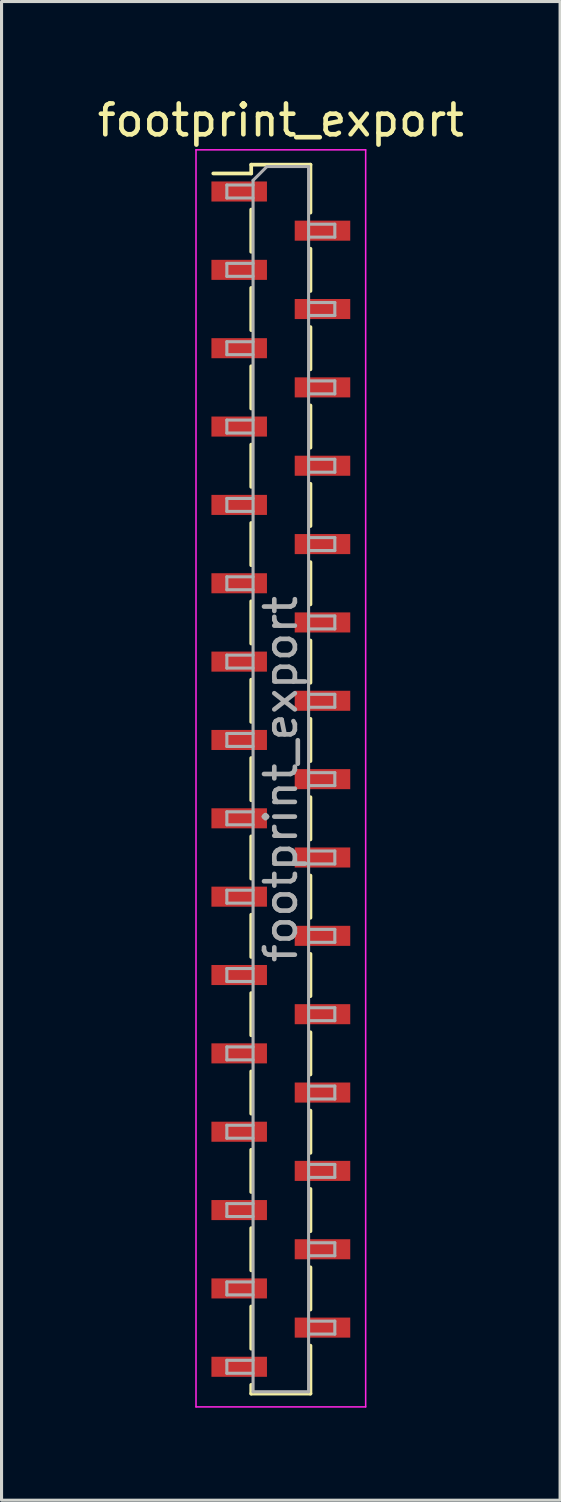
<source format=kicad_pcb>
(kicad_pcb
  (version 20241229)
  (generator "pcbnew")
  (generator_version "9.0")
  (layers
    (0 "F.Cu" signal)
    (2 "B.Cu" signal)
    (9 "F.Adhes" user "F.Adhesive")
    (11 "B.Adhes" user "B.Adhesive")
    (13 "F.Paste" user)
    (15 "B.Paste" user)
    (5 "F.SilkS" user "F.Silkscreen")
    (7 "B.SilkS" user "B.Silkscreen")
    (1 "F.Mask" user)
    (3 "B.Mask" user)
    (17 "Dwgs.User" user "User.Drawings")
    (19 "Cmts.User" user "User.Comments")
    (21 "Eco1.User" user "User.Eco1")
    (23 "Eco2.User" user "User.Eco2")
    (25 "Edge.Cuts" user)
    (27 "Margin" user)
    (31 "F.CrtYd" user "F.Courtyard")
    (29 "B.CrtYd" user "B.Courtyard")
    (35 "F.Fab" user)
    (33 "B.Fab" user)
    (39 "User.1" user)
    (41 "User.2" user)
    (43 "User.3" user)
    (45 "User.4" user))
  (footprint "footprint_export"
    (layer "F.Cu")
    (at 6.054 22.208)
    (property "Reference" "footprint_export" (at 0 -21.36 0) (layer "F.SilkS") (effects (font (size 1 1) (thickness 0.15))))
    (attr smd)
    (fp_line (start -2.19 -19.635) (end -0.96 -19.635) (stroke (width 0.12) (type solid)) (layer "F.SilkS"))
    (fp_line (start -0.96 -19.92) (end -0.96 -19.635) (stroke (width 0.12) (type solid)) (layer "F.SilkS"))
    (fp_line (start -0.96 -19.92) (end 0.96 -19.92) (stroke (width 0.12) (type solid)) (layer "F.SilkS"))
    (fp_line (start -0.96 -18.465) (end -0.96 -17.095) (stroke (width 0.12) (type solid)) (layer "F.SilkS"))
    (fp_line (start -0.96 -15.925) (end -0.96 -14.555) (stroke (width 0.12) (type solid)) (layer "F.SilkS"))
    (fp_line (start -0.96 -13.385) (end -0.96 -12.015) (stroke (width 0.12) (type solid)) (layer "F.SilkS"))
    (fp_line (start -0.96 -10.845) (end -0.96 -9.475) (stroke (width 0.12) (type solid)) (layer "F.SilkS"))
    (fp_line (start -0.96 -8.305) (end -0.96 -6.935) (stroke (width 0.12) (type solid)) (layer "F.SilkS"))
    (fp_line (start -0.96 -5.765) (end -0.96 -4.395) (stroke (width 0.12) (type solid)) (layer "F.SilkS"))
    (fp_line (start -0.96 -3.225) (end -0.96 -1.855) (stroke (width 0.12) (type solid)) (layer "F.SilkS"))
    (fp_line (start -0.96 -0.685) (end -0.96 0.685) (stroke (width 0.12) (type solid)) (layer "F.SilkS"))
    (fp_line (start -0.96 1.855) (end -0.96 3.225) (stroke (width 0.12) (type solid)) (layer "F.SilkS"))
    (fp_line (start -0.96 4.395) (end -0.96 5.765) (stroke (width 0.12) (type solid)) (layer "F.SilkS"))
    (fp_line (start -0.96 6.935) (end -0.96 8.305) (stroke (width 0.12) (type solid)) (layer "F.SilkS"))
    (fp_line (start -0.96 9.475) (end -0.96 10.845) (stroke (width 0.12) (type solid)) (layer "F.SilkS"))
    (fp_line (start -0.96 12.015) (end -0.96 13.385) (stroke (width 0.12) (type solid)) (layer "F.SilkS"))
    (fp_line (start -0.96 14.555) (end -0.96 15.925) (stroke (width 0.12) (type solid)) (layer "F.SilkS"))
    (fp_line (start -0.96 17.095) (end -0.96 18.465) (stroke (width 0.12) (type solid)) (layer "F.SilkS"))
    (fp_line (start -0.96 19.635) (end -0.96 19.92) (stroke (width 0.12) (type solid)) (layer "F.SilkS"))
    (fp_line (start -0.96 19.92) (end 0.96 19.92) (stroke (width 0.12) (type solid)) (layer "F.SilkS"))
    (fp_line (start 0.96 -19.92) (end 0.96 -18.365) (stroke (width 0.12) (type solid)) (layer "F.SilkS"))
    (fp_line (start 0.96 -17.195) (end 0.96 -15.825) (stroke (width 0.12) (type solid)) (layer "F.SilkS"))
    (fp_line (start 0.96 -14.655) (end 0.96 -13.285) (stroke (width 0.12) (type solid)) (layer "F.SilkS"))
    (fp_line (start 0.96 -12.115) (end 0.96 -10.745) (stroke (width 0.12) (type solid)) (layer "F.SilkS"))
    (fp_line (start 0.96 -9.575) (end 0.96 -8.205) (stroke (width 0.12) (type solid)) (layer "F.SilkS"))
    (fp_line (start 0.96 -7.035) (end 0.96 -5.665) (stroke (width 0.12) (type solid)) (layer "F.SilkS"))
    (fp_line (start 0.96 -4.495) (end 0.96 -3.125) (stroke (width 0.12) (type solid)) (layer "F.SilkS"))
    (fp_line (start 0.96 -1.955) (end 0.96 -0.585) (stroke (width 0.12) (type solid)) (layer "F.SilkS"))
    (fp_line (start 0.96 0.585) (end 0.96 1.955) (stroke (width 0.12) (type solid)) (layer "F.SilkS"))
    (fp_line (start 0.96 3.125) (end 0.96 4.495) (stroke (width 0.12) (type solid)) (layer "F.SilkS"))
    (fp_line (start 0.96 5.665) (end 0.96 7.035) (stroke (width 0.12) (type solid)) (layer "F.SilkS"))
    (fp_line (start 0.96 8.205) (end 0.96 9.575) (stroke (width 0.12) (type solid)) (layer "F.SilkS"))
    (fp_line (start 0.96 10.745) (end 0.96 12.115) (stroke (width 0.12) (type solid)) (layer "F.SilkS"))
    (fp_line (start 0.96 13.285) (end 0.96 14.655) (stroke (width 0.12) (type solid)) (layer "F.SilkS"))
    (fp_line (start 0.96 15.825) (end 0.96 17.195) (stroke (width 0.12) (type solid)) (layer "F.SilkS"))
    (fp_line (start 0.96 18.365) (end 0.96 19.92) (stroke (width 0.12) (type solid)) (layer "F.SilkS"))
    (fp_line (start -2.75 -20.4) (end 2.75 -20.4) (stroke (width 0.05) (type solid)) (layer "F.CrtYd"))
    (fp_line (start -2.75 20.35) (end -2.75 -20.4) (stroke (width 0.05) (type solid)) (layer "F.CrtYd"))
    (fp_line (start 2.75 -20.4) (end 2.75 20.35) (stroke (width 0.05) (type solid)) (layer "F.CrtYd"))
    (fp_line (start 2.75 20.35) (end -2.75 20.35) (stroke (width 0.05) (type solid)) (layer "F.CrtYd"))
    (fp_line (start -1.75 -19.26) (end -0.9 -19.26) (stroke (width 0.1) (type solid)) (layer "F.Fab"))
    (fp_line (start -1.75 -18.84) (end -1.75 -19.26) (stroke (width 0.1) (type solid)) (layer "F.Fab"))
    (fp_line (start -1.75 -16.72) (end -0.9 -16.72) (stroke (width 0.1) (type solid)) (layer "F.Fab"))
    (fp_line (start -1.75 -16.3) (end -1.75 -16.72) (stroke (width 0.1) (type solid)) (layer "F.Fab"))
    (fp_line (start -1.75 -14.18) (end -0.9 -14.18) (stroke (width 0.1) (type solid)) (layer "F.Fab"))
    (fp_line (start -1.75 -13.76) (end -1.75 -14.18) (stroke (width 0.1) (type solid)) (layer "F.Fab"))
    (fp_line (start -1.75 -11.64) (end -0.9 -11.64) (stroke (width 0.1) (type solid)) (layer "F.Fab"))
    (fp_line (start -1.75 -11.22) (end -1.75 -11.64) (stroke (width 0.1) (type solid)) (layer "F.Fab"))
    (fp_line (start -1.75 -9.1) (end -0.9 -9.1) (stroke (width 0.1) (type solid)) (layer "F.Fab"))
    (fp_line (start -1.75 -8.68) (end -1.75 -9.1) (stroke (width 0.1) (type solid)) (layer "F.Fab"))
    (fp_line (start -1.75 -6.56) (end -0.9 -6.56) (stroke (width 0.1) (type solid)) (layer "F.Fab"))
    (fp_line (start -1.75 -6.14) (end -1.75 -6.56) (stroke (width 0.1) (type solid)) (layer "F.Fab"))
    (fp_line (start -1.75 -4.02) (end -0.9 -4.02) (stroke (width 0.1) (type solid)) (layer "F.Fab"))
    (fp_line (start -1.75 -3.6) (end -1.75 -4.02) (stroke (width 0.1) (type solid)) (layer "F.Fab"))
    (fp_line (start -1.75 -1.48) (end -0.9 -1.48) (stroke (width 0.1) (type solid)) (layer "F.Fab"))
    (fp_line (start -1.75 -1.06) (end -1.75 -1.48) (stroke (width 0.1) (type solid)) (layer "F.Fab"))
    (fp_line (start -1.75 1.06) (end -0.9 1.06) (stroke (width 0.1) (type solid)) (layer "F.Fab"))
    (fp_line (start -1.75 1.48) (end -1.75 1.06) (stroke (width 0.1) (type solid)) (layer "F.Fab"))
    (fp_line (start -1.75 3.6) (end -0.9 3.6) (stroke (width 0.1) (type solid)) (layer "F.Fab"))
    (fp_line (start -1.75 4.02) (end -1.75 3.6) (stroke (width 0.1) (type solid)) (layer "F.Fab"))
    (fp_line (start -1.75 6.14) (end -0.9 6.14) (stroke (width 0.1) (type solid)) (layer "F.Fab"))
    (fp_line (start -1.75 6.56) (end -1.75 6.14) (stroke (width 0.1) (type solid)) (layer "F.Fab"))
    (fp_line (start -1.75 8.68) (end -0.9 8.68) (stroke (width 0.1) (type solid)) (layer "F.Fab"))
    (fp_line (start -1.75 9.1) (end -1.75 8.68) (stroke (width 0.1) (type solid)) (layer "F.Fab"))
    (fp_line (start -1.75 11.22) (end -0.9 11.22) (stroke (width 0.1) (type solid)) (layer "F.Fab"))
    (fp_line (start -1.75 11.64) (end -1.75 11.22) (stroke (width 0.1) (type solid)) (layer "F.Fab"))
    (fp_line (start -1.75 13.76) (end -0.9 13.76) (stroke (width 0.1) (type solid)) (layer "F.Fab"))
    (fp_line (start -1.75 14.18) (end -1.75 13.76) (stroke (width 0.1) (type solid)) (layer "F.Fab"))
    (fp_line (start -1.75 16.3) (end -0.9 16.3) (stroke (width 0.1) (type solid)) (layer "F.Fab"))
    (fp_line (start -1.75 16.72) (end -1.75 16.3) (stroke (width 0.1) (type solid)) (layer "F.Fab"))
    (fp_line (start -1.75 18.84) (end -0.9 18.84) (stroke (width 0.1) (type solid)) (layer "F.Fab"))
    (fp_line (start -1.75 19.26) (end -1.75 18.84) (stroke (width 0.1) (type solid)) (layer "F.Fab"))
    (fp_line (start -0.9 -19.41) (end -0.45 -19.86) (stroke (width 0.1) (type solid)) (layer "F.Fab"))
    (fp_line (start -0.9 -18.84) (end -1.75 -18.84) (stroke (width 0.1) (type solid)) (layer "F.Fab"))
    (fp_line (start -0.9 -16.3) (end -1.75 -16.3) (stroke (width 0.1) (type solid)) (layer "F.Fab"))
    (fp_line (start -0.9 -13.76) (end -1.75 -13.76) (stroke (width 0.1) (type solid)) (layer "F.Fab"))
    (fp_line (start -0.9 -11.22) (end -1.75 -11.22) (stroke (width 0.1) (type solid)) (layer "F.Fab"))
    (fp_line (start -0.9 -8.68) (end -1.75 -8.68) (stroke (width 0.1) (type solid)) (layer "F.Fab"))
    (fp_line (start -0.9 -6.14) (end -1.75 -6.14) (stroke (width 0.1) (type solid)) (layer "F.Fab"))
    (fp_line (start -0.9 -3.6) (end -1.75 -3.6) (stroke (width 0.1) (type solid)) (layer "F.Fab"))
    (fp_line (start -0.9 -1.06) (end -1.75 -1.06) (stroke (width 0.1) (type solid)) (layer "F.Fab"))
    (fp_line (start -0.9 1.48) (end -1.75 1.48) (stroke (width 0.1) (type solid)) (layer "F.Fab"))
    (fp_line (start -0.9 4.02) (end -1.75 4.02) (stroke (width 0.1) (type solid)) (layer "F.Fab"))
    (fp_line (start -0.9 6.56) (end -1.75 6.56) (stroke (width 0.1) (type solid)) (layer "F.Fab"))
    (fp_line (start -0.9 9.1) (end -1.75 9.1) (stroke (width 0.1) (type solid)) (layer "F.Fab"))
    (fp_line (start -0.9 11.64) (end -1.75 11.64) (stroke (width 0.1) (type solid)) (layer "F.Fab"))
    (fp_line (start -0.9 14.18) (end -1.75 14.18) (stroke (width 0.1) (type solid)) (layer "F.Fab"))
    (fp_line (start -0.9 16.72) (end -1.75 16.72) (stroke (width 0.1) (type solid)) (layer "F.Fab"))
    (fp_line (start -0.9 19.26) (end -1.75 19.26) (stroke (width 0.1) (type solid)) (layer "F.Fab"))
    (fp_line (start -0.9 19.86) (end -0.9 -19.41) (stroke (width 0.1) (type solid)) (layer "F.Fab"))
    (fp_line (start -0.45 -19.86) (end 0.9 -19.86) (stroke (width 0.1) (type solid)) (layer "F.Fab"))
    (fp_line (start 0.9 -19.86) (end 0.9 19.86) (stroke (width 0.1) (type solid)) (layer "F.Fab"))
    (fp_line (start 0.9 -17.99) (end 1.75 -17.99) (stroke (width 0.1) (type solid)) (layer "F.Fab"))
    (fp_line (start 0.9 -15.45) (end 1.75 -15.45) (stroke (width 0.1) (type solid)) (layer "F.Fab"))
    (fp_line (start 0.9 -12.91) (end 1.75 -12.91) (stroke (width 0.1) (type solid)) (layer "F.Fab"))
    (fp_line (start 0.9 -10.37) (end 1.75 -10.37) (stroke (width 0.1) (type solid)) (layer "F.Fab"))
    (fp_line (start 0.9 -7.83) (end 1.75 -7.83) (stroke (width 0.1) (type solid)) (layer "F.Fab"))
    (fp_line (start 0.9 -5.29) (end 1.75 -5.29) (stroke (width 0.1) (type solid)) (layer "F.Fab"))
    (fp_line (start 0.9 -2.75) (end 1.75 -2.75) (stroke (width 0.1) (type solid)) (layer "F.Fab"))
    (fp_line (start 0.9 -0.21) (end 1.75 -0.21) (stroke (width 0.1) (type solid)) (layer "F.Fab"))
    (fp_line (start 0.9 2.33) (end 1.75 2.33) (stroke (width 0.1) (type solid)) (layer "F.Fab"))
    (fp_line (start 0.9 4.87) (end 1.75 4.87) (stroke (width 0.1) (type solid)) (layer "F.Fab"))
    (fp_line (start 0.9 7.41) (end 1.75 7.41) (stroke (width 0.1) (type solid)) (layer "F.Fab"))
    (fp_line (start 0.9 9.95) (end 1.75 9.95) (stroke (width 0.1) (type solid)) (layer "F.Fab"))
    (fp_line (start 0.9 12.49) (end 1.75 12.49) (stroke (width 0.1) (type solid)) (layer "F.Fab"))
    (fp_line (start 0.9 15.03) (end 1.75 15.03) (stroke (width 0.1) (type solid)) (layer "F.Fab"))
    (fp_line (start 0.9 17.57) (end 1.75 17.57) (stroke (width 0.1) (type solid)) (layer "F.Fab"))
    (fp_line (start 0.9 19.86) (end -0.9 19.86) (stroke (width 0.1) (type solid)) (layer "F.Fab"))
    (fp_line (start 1.75 -17.99) (end 1.75 -17.57) (stroke (width 0.1) (type solid)) (layer "F.Fab"))
    (fp_line (start 1.75 -17.57) (end 0.9 -17.57) (stroke (width 0.1) (type solid)) (layer "F.Fab"))
    (fp_line (start 1.75 -15.45) (end 1.75 -15.03) (stroke (width 0.1) (type solid)) (layer "F.Fab"))
    (fp_line (start 1.75 -15.03) (end 0.9 -15.03) (stroke (width 0.1) (type solid)) (layer "F.Fab"))
    (fp_line (start 1.75 -12.91) (end 1.75 -12.49) (stroke (width 0.1) (type solid)) (layer "F.Fab"))
    (fp_line (start 1.75 -12.49) (end 0.9 -12.49) (stroke (width 0.1) (type solid)) (layer "F.Fab"))
    (fp_line (start 1.75 -10.37) (end 1.75 -9.95) (stroke (width 0.1) (type solid)) (layer "F.Fab"))
    (fp_line (start 1.75 -9.95) (end 0.9 -9.95) (stroke (width 0.1) (type solid)) (layer "F.Fab"))
    (fp_line (start 1.75 -7.83) (end 1.75 -7.41) (stroke (width 0.1) (type solid)) (layer "F.Fab"))
    (fp_line (start 1.75 -7.41) (end 0.9 -7.41) (stroke (width 0.1) (type solid)) (layer "F.Fab"))
    (fp_line (start 1.75 -5.29) (end 1.75 -4.87) (stroke (width 0.1) (type solid)) (layer "F.Fab"))
    (fp_line (start 1.75 -4.87) (end 0.9 -4.87) (stroke (width 0.1) (type solid)) (layer "F.Fab"))
    (fp_line (start 1.75 -2.75) (end 1.75 -2.33) (stroke (width 0.1) (type solid)) (layer "F.Fab"))
    (fp_line (start 1.75 -2.33) (end 0.9 -2.33) (stroke (width 0.1) (type solid)) (layer "F.Fab"))
    (fp_line (start 1.75 -0.21) (end 1.75 0.21) (stroke (width 0.1) (type solid)) (layer "F.Fab"))
    (fp_line (start 1.75 0.21) (end 0.9 0.21) (stroke (width 0.1) (type solid)) (layer "F.Fab"))
    (fp_line (start 1.75 2.33) (end 1.75 2.75) (stroke (width 0.1) (type solid)) (layer "F.Fab"))
    (fp_line (start 1.75 2.75) (end 0.9 2.75) (stroke (width 0.1) (type solid)) (layer "F.Fab"))
    (fp_line (start 1.75 4.87) (end 1.75 5.29) (stroke (width 0.1) (type solid)) (layer "F.Fab"))
    (fp_line (start 1.75 5.29) (end 0.9 5.29) (stroke (width 0.1) (type solid)) (layer "F.Fab"))
    (fp_line (start 1.75 7.41) (end 1.75 7.83) (stroke (width 0.1) (type solid)) (layer "F.Fab"))
    (fp_line (start 1.75 7.83) (end 0.9 7.83) (stroke (width 0.1) (type solid)) (layer "F.Fab"))
    (fp_line (start 1.75 9.95) (end 1.75 10.37) (stroke (width 0.1) (type solid)) (layer "F.Fab"))
    (fp_line (start 1.75 10.37) (end 0.9 10.37) (stroke (width 0.1) (type solid)) (layer "F.Fab"))
    (fp_line (start 1.75 12.49) (end 1.75 12.91) (stroke (width 0.1) (type solid)) (layer "F.Fab"))
    (fp_line (start 1.75 12.91) (end 0.9 12.91) (stroke (width 0.1) (type solid)) (layer "F.Fab"))
    (fp_line (start 1.75 15.03) (end 1.75 15.45) (stroke (width 0.1) (type solid)) (layer "F.Fab"))
    (fp_line (start 1.75 15.45) (end 0.9 15.45) (stroke (width 0.1) (type solid)) (layer "F.Fab"))
    (fp_line (start 1.75 17.57) (end 1.75 17.99) (stroke (width 0.1) (type solid)) (layer "F.Fab"))
    (fp_line (start 1.75 17.99) (end 0.9 17.99) (stroke (width 0.1) (type solid)) (layer "F.Fab"))
    (fp_text user "${REFERENCE}" (at 0 0 90) (layer "F.Fab") (effects (font (size 1 1) (thickness 0.15))))
    (pad "1" smd rect (at -1.35 -19.05) (size 1.8 0.65) (layers "F.Cu" "F.Mask" "F.Paste"))
    (pad "2" smd rect (at 1.35 -17.78) (size 1.8 0.65) (layers "F.Cu" "F.Mask" "F.Paste"))
    (pad "3" smd rect (at -1.35 -16.51) (size 1.8 0.65) (layers "F.Cu" "F.Mask" "F.Paste"))
    (pad "4" smd rect (at 1.35 -15.24) (size 1.8 0.65) (layers "F.Cu" "F.Mask" "F.Paste"))
    (pad "5" smd rect (at -1.35 -13.97) (size 1.8 0.65) (layers "F.Cu" "F.Mask" "F.Paste"))
    (pad "6" smd rect (at 1.35 -12.7) (size 1.8 0.65) (layers "F.Cu" "F.Mask" "F.Paste"))
    (pad "7" smd rect (at -1.35 -11.43) (size 1.8 0.65) (layers "F.Cu" "F.Mask" "F.Paste"))
    (pad "8" smd rect (at 1.35 -10.16) (size 1.8 0.65) (layers "F.Cu" "F.Mask" "F.Paste"))
    (pad "9" smd rect (at -1.35 -8.89) (size 1.8 0.65) (layers "F.Cu" "F.Mask" "F.Paste"))
    (pad "10" smd rect (at 1.35 -7.62) (size 1.8 0.65) (layers "F.Cu" "F.Mask" "F.Paste"))
    (pad "11" smd rect (at -1.35 -6.35) (size 1.8 0.65) (layers "F.Cu" "F.Mask" "F.Paste"))
    (pad "12" smd rect (at 1.35 -5.08) (size 1.8 0.65) (layers "F.Cu" "F.Mask" "F.Paste"))
    (pad "13" smd rect (at -1.35 -3.81) (size 1.8 0.65) (layers "F.Cu" "F.Mask" "F.Paste"))
    (pad "14" smd rect (at 1.35 -2.54) (size 1.8 0.65) (layers "F.Cu" "F.Mask" "F.Paste"))
    (pad "15" smd rect (at -1.35 -1.27) (size 1.8 0.65) (layers "F.Cu" "F.Mask" "F.Paste"))
    (pad "16" smd rect (at 1.35 0) (size 1.8 0.65) (layers "F.Cu" "F.Mask" "F.Paste"))
    (pad "17" smd rect (at -1.35 1.27) (size 1.8 0.65) (layers "F.Cu" "F.Mask" "F.Paste"))
    (pad "18" smd rect (at 1.35 2.54) (size 1.8 0.65) (layers "F.Cu" "F.Mask" "F.Paste"))
    (pad "19" smd rect (at -1.35 3.81) (size 1.8 0.65) (layers "F.Cu" "F.Mask" "F.Paste"))
    (pad "20" smd rect (at 1.35 5.08) (size 1.8 0.65) (layers "F.Cu" "F.Mask" "F.Paste"))
    (pad "21" smd rect (at -1.35 6.35) (size 1.8 0.65) (layers "F.Cu" "F.Mask" "F.Paste"))
    (pad "22" smd rect (at 1.35 7.62) (size 1.8 0.65) (layers "F.Cu" "F.Mask" "F.Paste"))
    (pad "23" smd rect (at -1.35 8.89) (size 1.8 0.65) (layers "F.Cu" "F.Mask" "F.Paste"))
    (pad "24" smd rect (at 1.35 10.16) (size 1.8 0.65) (layers "F.Cu" "F.Mask" "F.Paste"))
    (pad "25" smd rect (at -1.35 11.43) (size 1.8 0.65) (layers "F.Cu" "F.Mask" "F.Paste"))
    (pad "26" smd rect (at 1.35 12.7) (size 1.8 0.65) (layers "F.Cu" "F.Mask" "F.Paste"))
    (pad "27" smd rect (at -1.35 13.97) (size 1.8 0.65) (layers "F.Cu" "F.Mask" "F.Paste"))
    (pad "28" smd rect (at 1.35 15.24) (size 1.8 0.65) (layers "F.Cu" "F.Mask" "F.Paste"))
    (pad "29" smd rect (at -1.35 16.51) (size 1.8 0.65) (layers "F.Cu" "F.Mask" "F.Paste"))
    (pad "30" smd rect (at 1.35 17.78) (size 1.8 0.65) (layers "F.Cu" "F.Mask" "F.Paste"))
    (pad "31" smd rect (at -1.35 19.05) (size 1.8 0.65) (layers "F.Cu" "F.Mask" "F.Paste")))
  (gr_rect
    (start -3 -3)
    (end 15.107 45.583)
    (stroke (width 0.1) (type default))
    (fill no)
    (layer "Edge.Cuts")))
</source>
